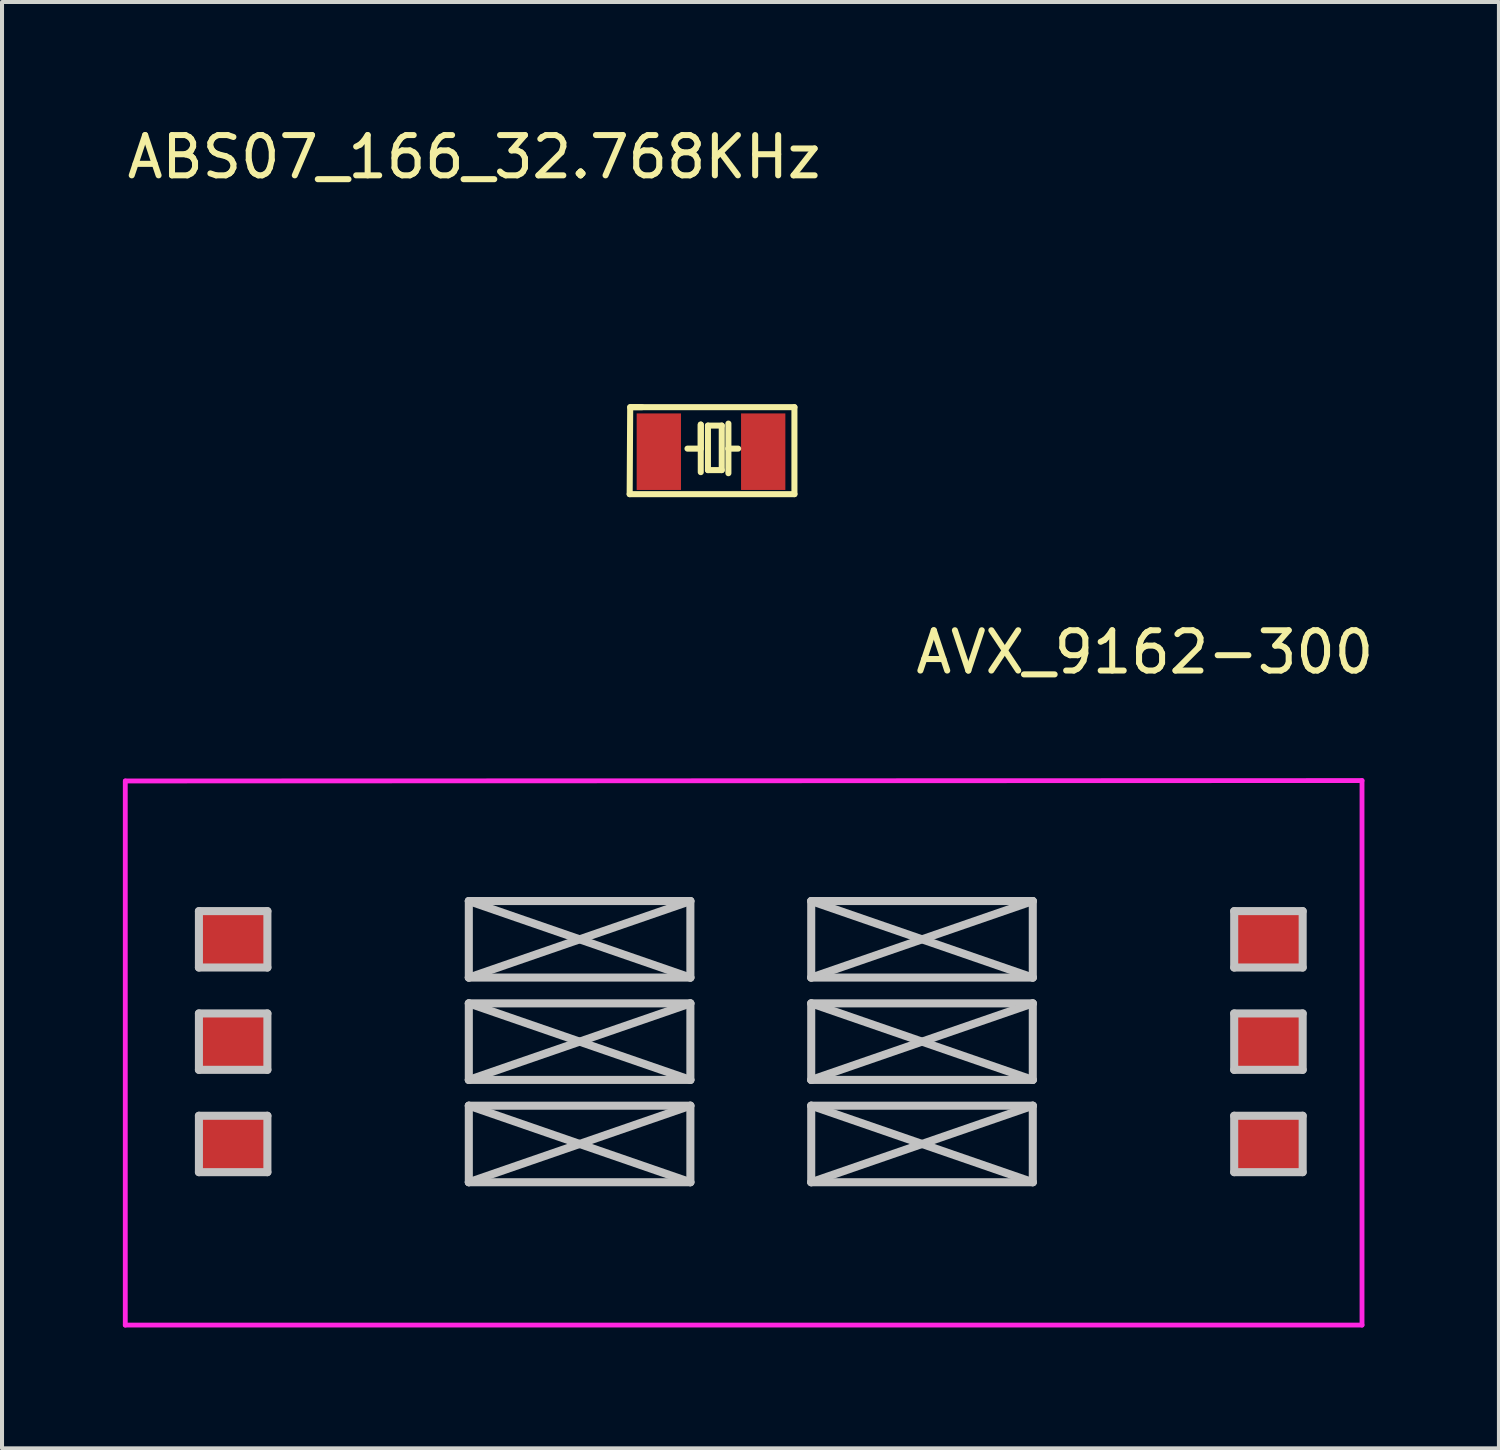
<source format=kicad_pcb>
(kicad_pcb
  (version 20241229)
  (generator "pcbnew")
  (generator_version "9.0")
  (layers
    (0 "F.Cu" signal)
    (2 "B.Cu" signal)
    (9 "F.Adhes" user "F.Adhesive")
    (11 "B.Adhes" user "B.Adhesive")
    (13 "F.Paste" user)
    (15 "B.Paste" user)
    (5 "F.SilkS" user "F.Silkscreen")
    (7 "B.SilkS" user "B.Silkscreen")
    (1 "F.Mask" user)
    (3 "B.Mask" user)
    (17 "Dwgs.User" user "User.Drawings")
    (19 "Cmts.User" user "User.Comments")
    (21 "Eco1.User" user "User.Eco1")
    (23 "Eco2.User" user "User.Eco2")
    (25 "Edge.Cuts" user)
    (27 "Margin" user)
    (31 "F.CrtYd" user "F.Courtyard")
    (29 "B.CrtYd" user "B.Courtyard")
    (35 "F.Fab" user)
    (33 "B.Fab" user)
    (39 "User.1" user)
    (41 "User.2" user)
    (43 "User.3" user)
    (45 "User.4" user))
  (footprint "AVX_9162-300"
    (layer "F.Cu")
    (at 15.209 22.801)
    (property "Reference" "AVX_9162-300" (at 10.16 -9.66 0) (layer "F.SilkS") (effects (font (size 1 1) (thickness 0.15))))
    (attr through_hole)
    (fp_line (start -13.321 -3.233) (end -13.321 -1.833) (stroke (width 0.2) (type solid)) (layer "Dwgs.User"))
    (fp_line (start -13.321 -1.833) (end -11.621 -1.833) (stroke (width 0.2) (type solid)) (layer "Dwgs.User"))
    (fp_line (start -13.321 -0.693) (end -13.321 0.707) (stroke (width 0.2) (type solid)) (layer "Dwgs.User"))
    (fp_line (start -13.321 0.707) (end -11.621 0.707) (stroke (width 0.2) (type solid)) (layer "Dwgs.User"))
    (fp_line (start -13.321 1.847) (end -13.321 3.247) (stroke (width 0.2) (type solid)) (layer "Dwgs.User"))
    (fp_line (start -13.321 3.247) (end -11.621 3.247) (stroke (width 0.2) (type solid)) (layer "Dwgs.User"))
    (fp_line (start -11.621 -3.233) (end -13.321 -3.233) (stroke (width 0.2) (type solid)) (layer "Dwgs.User"))
    (fp_line (start -11.621 -1.833) (end -11.621 -3.233) (stroke (width 0.2) (type solid)) (layer "Dwgs.User"))
    (fp_line (start -11.621 -0.693) (end -13.321 -0.693) (stroke (width 0.2) (type solid)) (layer "Dwgs.User"))
    (fp_line (start -11.621 0.707) (end -11.621 -0.693) (stroke (width 0.2) (type solid)) (layer "Dwgs.User"))
    (fp_line (start -11.621 1.847) (end -13.321 1.847) (stroke (width 0.2) (type solid)) (layer "Dwgs.User"))
    (fp_line (start -11.621 3.247) (end -11.621 1.847) (stroke (width 0.2) (type solid)) (layer "Dwgs.User"))
    (fp_line (start -6.621 -3.483) (end -6.621 -1.583) (stroke (width 0.2) (type solid)) (layer "Dwgs.User"))
    (fp_line (start -6.621 -3.483) (end -1.121 -1.583) (stroke (width 0.2) (type solid)) (layer "Dwgs.User"))
    (fp_line (start -6.621 -1.583) (end -1.121 -1.583) (stroke (width 0.2) (type solid)) (layer "Dwgs.User"))
    (fp_line (start -6.621 -0.943) (end -6.621 0.957) (stroke (width 0.2) (type solid)) (layer "Dwgs.User"))
    (fp_line (start -6.621 -0.943) (end -1.121 0.957) (stroke (width 0.2) (type solid)) (layer "Dwgs.User"))
    (fp_line (start -6.621 0.957) (end -1.121 0.957) (stroke (width 0.2) (type solid)) (layer "Dwgs.User"))
    (fp_line (start -6.621 1.597) (end -6.621 3.497) (stroke (width 0.2) (type solid)) (layer "Dwgs.User"))
    (fp_line (start -6.621 1.597) (end -1.121 3.497) (stroke (width 0.2) (type solid)) (layer "Dwgs.User"))
    (fp_line (start -6.621 3.497) (end -1.121 3.497) (stroke (width 0.2) (type solid)) (layer "Dwgs.User"))
    (fp_line (start -1.121 -3.483) (end -6.621 -3.483) (stroke (width 0.2) (type solid)) (layer "Dwgs.User"))
    (fp_line (start -1.121 -3.483) (end -6.621 -1.583) (stroke (width 0.2) (type solid)) (layer "Dwgs.User"))
    (fp_line (start -1.121 -1.583) (end -1.121 -3.483) (stroke (width 0.2) (type solid)) (layer "Dwgs.User"))
    (fp_line (start -1.121 -0.943) (end -6.621 -0.943) (stroke (width 0.2) (type solid)) (layer "Dwgs.User"))
    (fp_line (start -1.121 -0.943) (end -6.621 0.957) (stroke (width 0.2) (type solid)) (layer "Dwgs.User"))
    (fp_line (start -1.121 0.957) (end -1.121 -0.943) (stroke (width 0.2) (type solid)) (layer "Dwgs.User"))
    (fp_line (start -1.121 1.597) (end -6.621 1.597) (stroke (width 0.2) (type solid)) (layer "Dwgs.User"))
    (fp_line (start -1.121 1.597) (end -6.621 3.497) (stroke (width 0.2) (type solid)) (layer "Dwgs.User"))
    (fp_line (start -1.121 3.497) (end -1.121 1.597) (stroke (width 0.2) (type solid)) (layer "Dwgs.User"))
    (fp_line (start 1.879 -3.483) (end 1.879 -1.583) (stroke (width 0.2) (type solid)) (layer "Dwgs.User"))
    (fp_line (start 1.879 -3.483) (end 7.379 -1.583) (stroke (width 0.2) (type solid)) (layer "Dwgs.User"))
    (fp_line (start 1.879 -1.583) (end 7.379 -1.583) (stroke (width 0.2) (type solid)) (layer "Dwgs.User"))
    (fp_line (start 1.879 -0.943) (end 1.879 0.957) (stroke (width 0.2) (type solid)) (layer "Dwgs.User"))
    (fp_line (start 1.879 -0.943) (end 7.379 0.957) (stroke (width 0.2) (type solid)) (layer "Dwgs.User"))
    (fp_line (start 1.879 0.957) (end 7.379 0.957) (stroke (width 0.2) (type solid)) (layer "Dwgs.User"))
    (fp_line (start 1.879 1.597) (end 1.879 3.497) (stroke (width 0.2) (type solid)) (layer "Dwgs.User"))
    (fp_line (start 1.879 1.597) (end 7.379 3.497) (stroke (width 0.2) (type solid)) (layer "Dwgs.User"))
    (fp_line (start 1.879 3.497) (end 7.379 3.497) (stroke (width 0.2) (type solid)) (layer "Dwgs.User"))
    (fp_line (start 7.379 -3.483) (end 1.879 -3.483) (stroke (width 0.2) (type solid)) (layer "Dwgs.User"))
    (fp_line (start 7.379 -3.483) (end 1.879 -1.583) (stroke (width 0.2) (type solid)) (layer "Dwgs.User"))
    (fp_line (start 7.379 -1.583) (end 7.379 -3.483) (stroke (width 0.2) (type solid)) (layer "Dwgs.User"))
    (fp_line (start 7.379 -0.943) (end 1.879 -0.943) (stroke (width 0.2) (type solid)) (layer "Dwgs.User"))
    (fp_line (start 7.379 -0.943) (end 1.879 0.957) (stroke (width 0.2) (type solid)) (layer "Dwgs.User"))
    (fp_line (start 7.379 0.957) (end 7.379 -0.943) (stroke (width 0.2) (type solid)) (layer "Dwgs.User"))
    (fp_line (start 7.379 1.597) (end 1.879 1.597) (stroke (width 0.2) (type solid)) (layer "Dwgs.User"))
    (fp_line (start 7.379 1.597) (end 1.879 3.497) (stroke (width 0.2) (type solid)) (layer "Dwgs.User"))
    (fp_line (start 7.379 3.497) (end 7.379 1.597) (stroke (width 0.2) (type solid)) (layer "Dwgs.User"))
    (fp_line (start 12.379 -3.233) (end 12.379 -1.833) (stroke (width 0.2) (type solid)) (layer "Dwgs.User"))
    (fp_line (start 12.379 -1.833) (end 14.079 -1.833) (stroke (width 0.2) (type solid)) (layer "Dwgs.User"))
    (fp_line (start 12.379 -0.693) (end 12.379 0.707) (stroke (width 0.2) (type solid)) (layer "Dwgs.User"))
    (fp_line (start 12.379 0.707) (end 14.079 0.707) (stroke (width 0.2) (type solid)) (layer "Dwgs.User"))
    (fp_line (start 12.379 1.847) (end 12.379 3.247) (stroke (width 0.2) (type solid)) (layer "Dwgs.User"))
    (fp_line (start 12.379 3.247) (end 14.079 3.247) (stroke (width 0.2) (type solid)) (layer "Dwgs.User"))
    (fp_line (start 14.079 -3.233) (end 12.379 -3.233) (stroke (width 0.2) (type solid)) (layer "Dwgs.User"))
    (fp_line (start 14.079 -1.833) (end 14.079 -3.233) (stroke (width 0.2) (type solid)) (layer "Dwgs.User"))
    (fp_line (start 14.079 -0.693) (end 12.379 -0.693) (stroke (width 0.2) (type solid)) (layer "Dwgs.User"))
    (fp_line (start 14.079 0.707) (end 14.079 -0.693) (stroke (width 0.2) (type solid)) (layer "Dwgs.User"))
    (fp_line (start 14.079 1.847) (end 12.379 1.847) (stroke (width 0.2) (type solid)) (layer "Dwgs.User"))
    (fp_line (start 14.079 3.247) (end 14.079 1.847) (stroke (width 0.2) (type solid)) (layer "Dwgs.User"))
    (fp_line (start -15.149 7.043) (end -15.149 -6.464) (stroke (width 0.12) (type solid)) (layer "F.CrtYd"))
    (fp_line (start -15.146 -6.464) (end 15.552 -6.474) (stroke (width 0.12) (type solid)) (layer "F.CrtYd"))
    (fp_line (start 15.552 -6.474) (end 15.552 7.043) (stroke (width 0.12) (type solid)) (layer "F.CrtYd"))
    (fp_line (start 15.552 7.043) (end -15.149 7.043) (stroke (width 0.12) (type solid)) (layer "F.CrtYd"))
    (pad "1" smd rect (at -12.476 2.553) (size 1.7 1.4) (layers "F.Cu" "F.Mask" "F.Paste"))
    (pad "2" smd rect (at -12.487 0.01) (size 1.7 1.4) (layers "F.Cu" "F.Mask" "F.Paste"))
    (pad "3" smd rect (at -12.476 -2.537) (size 1.7 1.4) (layers "F.Cu" "F.Mask" "F.Paste"))
    (pad "5" smd rect (at 13.231 2.553) (size 1.7 1.4) (layers "F.Cu" "F.Mask" "F.Paste"))
    (pad "6" smd rect (at 13.228 0) (size 1.7 1.4) (layers "F.Cu" "F.Mask" "F.Paste"))
    (pad "7" smd rect (at 13.228 -2.55) (size 1.7 1.4) (layers "F.Cu" "F.Mask" "F.Paste")))
  (footprint "ABS07_166_32.768KHz"
    (layer "F.Cu")
    (at 14.664 8.087)
    (property "Reference" "ABS07_166_32.768KHz" (at -5.944 -7.239 0) (layer "F.SilkS") (effects (font (size 1 1) (thickness 0.15))))
    (attr through_hole)
    (fp_line (start -2.083 1.13) (end -2.07 -1.029) (stroke (width 0.15) (type solid)) (layer "F.SilkS"))
    (fp_line (start -2.07 -1.029) (end -1.778 -1.029) (stroke (width 0.15) (type solid)) (layer "F.SilkS"))
    (fp_line (start -2.032 -1.029) (end 2.007 -1.029) (stroke (width 0.15) (type solid)) (layer "F.SilkS"))
    (fp_line (start -0.648 0) (end -0.318 0) (stroke (width 0.15) (type solid)) (layer "F.SilkS"))
    (fp_line (start -0.318 -0.597) (end -0.318 0.584) (stroke (width 0.15) (type solid)) (layer "F.SilkS"))
    (fp_line (start -0.318 0) (end -0.318 -0.597) (stroke (width 0.15) (type solid)) (layer "F.SilkS"))
    (fp_line (start -0.14 -0.572) (end 0.203 -0.572) (stroke (width 0.15) (type solid)) (layer "F.SilkS"))
    (fp_line (start -0.14 0.533) (end -0.14 -0.572) (stroke (width 0.15) (type solid)) (layer "F.SilkS"))
    (fp_line (start 0.203 -0.572) (end 0.203 0.533) (stroke (width 0.15) (type solid)) (layer "F.SilkS"))
    (fp_line (start 0.203 0.533) (end -0.14 0.533) (stroke (width 0.15) (type solid)) (layer "F.SilkS"))
    (fp_line (start 0.368 0) (end 0.368 -0.622) (stroke (width 0.15) (type solid)) (layer "F.SilkS"))
    (fp_line (start 0.368 0) (end 0.368 0.61) (stroke (width 0.15) (type solid)) (layer "F.SilkS"))
    (fp_line (start 0.61 0) (end 0.368 0) (stroke (width 0.15) (type solid)) (layer "F.SilkS"))
    (fp_line (start 2.007 -1.029) (end 2.007 1.13) (stroke (width 0.15) (type solid)) (layer "F.SilkS"))
    (fp_line (start 2.007 1.13) (end -2.083 1.13) (stroke (width 0.15) (type solid)) (layer "F.SilkS"))
    (pad "1" smd rect (at -1.359 0.076) (size 1.1 1.9) (layers "F.Cu" "F.Mask" "F.Paste"))
    (pad "2" smd rect (at 1.232 0.076) (size 1.1 1.9) (layers "F.Cu" "F.Mask" "F.Paste")))
  (gr_rect
    (start -3 -3)
    (end 34.16 32.904)
    (stroke (width 0.1) (type default))
    (fill no)
    (layer "Edge.Cuts")))
</source>
